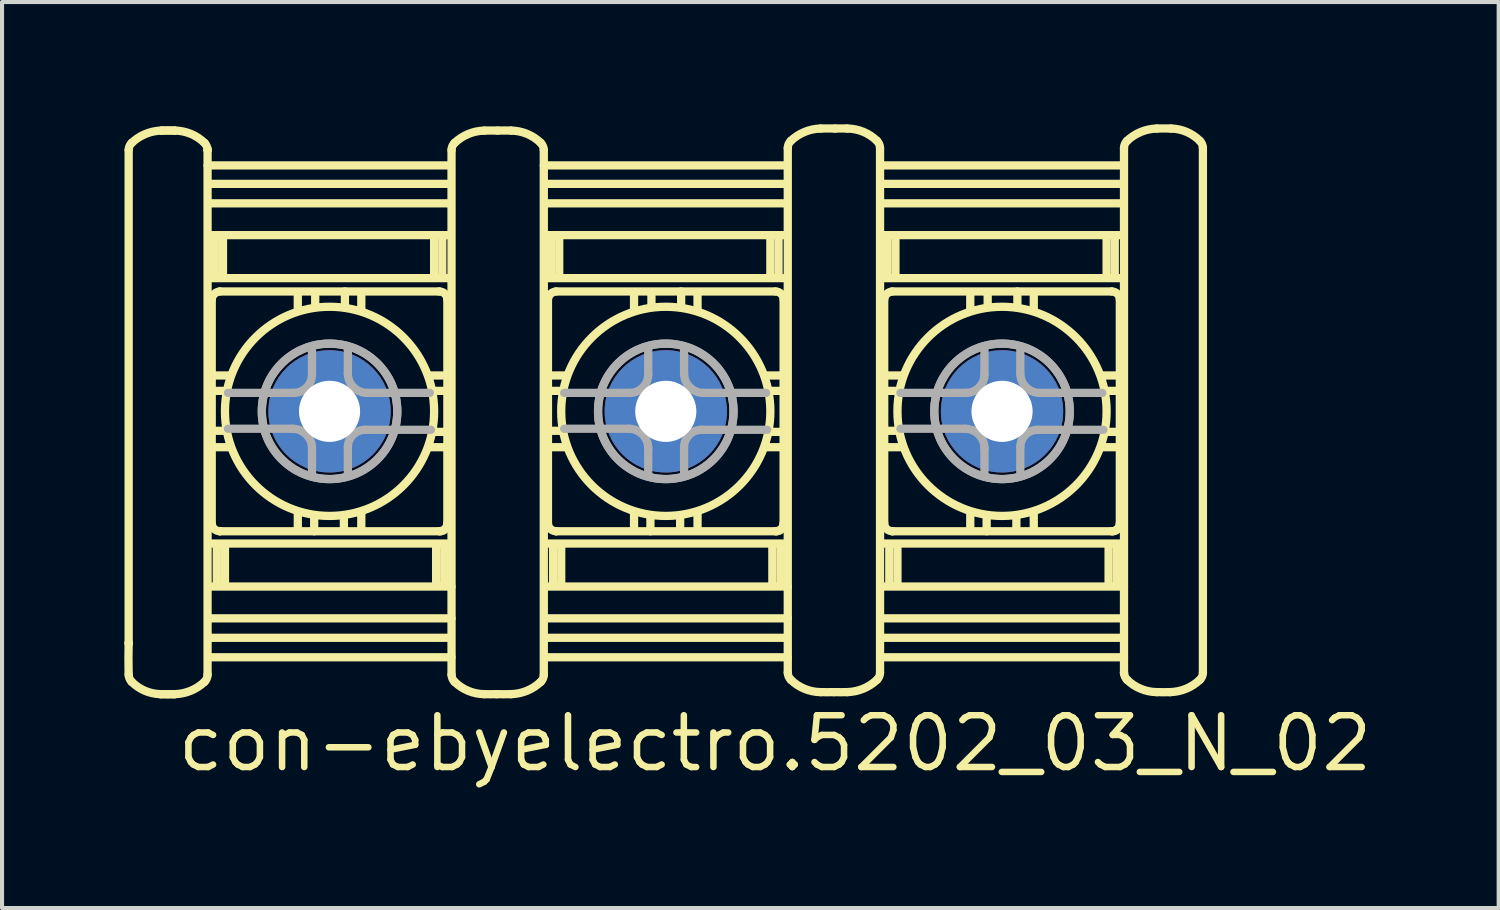
<source format=kicad_pcb>
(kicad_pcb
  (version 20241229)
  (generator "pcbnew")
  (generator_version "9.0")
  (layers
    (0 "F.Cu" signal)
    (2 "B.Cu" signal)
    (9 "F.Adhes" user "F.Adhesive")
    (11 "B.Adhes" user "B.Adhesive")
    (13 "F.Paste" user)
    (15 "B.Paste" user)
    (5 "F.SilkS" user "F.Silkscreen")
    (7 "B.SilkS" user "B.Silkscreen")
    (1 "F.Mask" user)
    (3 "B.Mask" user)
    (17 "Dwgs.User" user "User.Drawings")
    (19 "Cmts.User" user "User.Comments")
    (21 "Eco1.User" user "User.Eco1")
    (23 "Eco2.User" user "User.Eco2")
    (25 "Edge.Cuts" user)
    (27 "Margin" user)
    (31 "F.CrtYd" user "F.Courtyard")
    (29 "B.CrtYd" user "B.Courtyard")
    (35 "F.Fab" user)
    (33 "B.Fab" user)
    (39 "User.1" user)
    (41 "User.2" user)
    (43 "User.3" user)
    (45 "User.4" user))
  (footprint "con-ebyelectro.5202_03_N_02"
    (layer "F.Cu")
    (at 13.286 7.043)
    (property "Reference" "con-ebyelectro.5202_03_N_02" (at -12.06 8.89 0) (layer "F.SilkS") (effects (font (size 1.27 1.27) (thickness 0.16)) (justify left bottom)))
    (attr through_hole)
    (fp_line (start -13.179 -6.411) (end -13.179 5.682) (stroke (width 0.203) (type default)) (layer "F.SilkS"))
    (fp_line (start -13.179 5.682) (end -13.179 5.707) (stroke (width 0.203) (type default)) (layer "F.SilkS"))
    (fp_line (start -11.243 -6.411) (end -11.243 -6.436) (stroke (width 0.203) (type default)) (layer "F.SilkS"))
    (fp_line (start -11.243 6.461) (end -11.243 -6.411) (stroke (width 0.203) (type default)) (layer "F.SilkS"))
    (fp_line (start -11.217 3.243) (end -5.308 3.243) (stroke (width 0.203) (type default)) (layer "F.SilkS"))
    (fp_line (start -11.217 4.299) (end -5.258 4.299) (stroke (width 0.203) (type default)) (layer "F.SilkS"))
    (fp_line (start -11.217 5.079) (end -5.258 5.079) (stroke (width 0.203) (type default)) (layer "F.SilkS"))
    (fp_line (start -11.217 5.556) (end -5.283 5.556) (stroke (width 0.203) (type default)) (layer "F.SilkS"))
    (fp_line (start -11.217 6.034) (end -5.258 6.034) (stroke (width 0.203) (type default)) (layer "F.SilkS"))
    (fp_line (start -11.192 0.88) (end -10.689 0.88) (stroke (width 0.203) (type default)) (layer "F.SilkS"))
    (fp_line (start -11.141 -2.741) (end -11.141 2.74) (stroke (width 0.203) (type default)) (layer "F.SilkS"))
    (fp_line (start -11.116 -0.88) (end -10.689 -0.88) (stroke (width 0.203) (type default)) (layer "F.SilkS"))
    (fp_line (start -11.116 -0.503) (end -10.789 -0.503) (stroke (width 0.203) (type default)) (layer "F.SilkS"))
    (fp_line (start -11.116 0.478) (end -10.789 0.478) (stroke (width 0.203) (type default)) (layer "F.SilkS"))
    (fp_line (start -11.065 -3.319) (end -11.065 -4.299) (stroke (width 0.203) (type default)) (layer "F.SilkS"))
    (fp_line (start -11.016 3.268) (end -11.016 4.274) (stroke (width 0.203) (type default)) (layer "F.SilkS"))
    (fp_line (start -10.94 2.942) (end -10.94 2.942) (stroke (width 0.203) (type default)) (layer "F.SilkS"))
    (fp_line (start -10.94 2.942) (end -5.535 2.942) (stroke (width 0.203) (type default)) (layer "F.SilkS"))
    (fp_line (start -10.865 -3.294) (end -10.865 -4.274) (stroke (width 0.203) (type default)) (layer "F.SilkS"))
    (fp_line (start -10.816 3.293) (end -10.816 4.274) (stroke (width 0.203) (type default)) (layer "F.SilkS"))
    (fp_line (start -9.029 -2.464) (end -9.029 -2.917) (stroke (width 0.203) (type default)) (layer "F.SilkS"))
    (fp_line (start -9.029 2.917) (end -9.029 2.489) (stroke (width 0.203) (type default)) (layer "F.SilkS"))
    (fp_line (start -8.627 2.942) (end -8.627 2.564) (stroke (width 0.203) (type default)) (layer "F.SilkS"))
    (fp_line (start -8.602 -2.564) (end -8.602 -2.917) (stroke (width 0.203) (type default)) (layer "F.SilkS"))
    (fp_line (start -7.898 2.564) (end -7.898 2.917) (stroke (width 0.203) (type default)) (layer "F.SilkS"))
    (fp_line (start -7.873 -2.942) (end -7.873 -2.564) (stroke (width 0.203) (type default)) (layer "F.SilkS"))
    (fp_line (start -7.471 -2.917) (end -7.471 -2.489) (stroke (width 0.203) (type default)) (layer "F.SilkS"))
    (fp_line (start -7.471 2.464) (end -7.471 2.917) (stroke (width 0.203) (type default)) (layer "F.SilkS"))
    (fp_line (start -5.684 -3.319) (end -5.684 -4.274) (stroke (width 0.203) (type default)) (layer "F.SilkS"))
    (fp_line (start -5.635 3.294) (end -5.635 4.274) (stroke (width 0.203) (type default)) (layer "F.SilkS"))
    (fp_line (start -5.561 -2.942) (end -10.942 -2.942) (stroke (width 0.203) (type default)) (layer "F.SilkS"))
    (fp_line (start -5.484 -3.294) (end -5.484 -4.249) (stroke (width 0.203) (type default)) (layer "F.SilkS"))
    (fp_line (start -5.436 3.293) (end -5.436 4.274) (stroke (width 0.203) (type default)) (layer "F.SilkS"))
    (fp_line (start -5.384 -0.88) (end -5.811 -0.88) (stroke (width 0.203) (type default)) (layer "F.SilkS"))
    (fp_line (start -5.384 -0.503) (end -5.686 -0.503) (stroke (width 0.203) (type default)) (layer "F.SilkS"))
    (fp_line (start -5.384 0.503) (end -5.711 0.503) (stroke (width 0.203) (type default)) (layer "F.SilkS"))
    (fp_line (start -5.384 0.88) (end -5.811 0.88) (stroke (width 0.203) (type default)) (layer "F.SilkS"))
    (fp_line (start -5.359 2.766) (end -5.359 -2.74) (stroke (width 0.203) (type default)) (layer "F.SilkS"))
    (fp_line (start -5.307 -5.581) (end -11.215 -5.581) (stroke (width 0.203) (type default)) (layer "F.SilkS"))
    (fp_line (start -5.307 -5.104) (end -11.215 -5.104) (stroke (width 0.203) (type default)) (layer "F.SilkS"))
    (fp_line (start -5.307 -4.324) (end -11.215 -4.324) (stroke (width 0.203) (type default)) (layer "F.SilkS"))
    (fp_line (start -5.307 -3.268) (end -11.165 -3.268) (stroke (width 0.203) (type default)) (layer "F.SilkS"))
    (fp_line (start -5.283 -6.034) (end -11.242 -6.034) (stroke (width 0.203) (type default)) (layer "F.SilkS"))
    (fp_line (start -5.257 -6.411) (end -5.257 6.462) (stroke (width 0.203) (type default)) (layer "F.SilkS"))
    (fp_line (start -2.993 6.461) (end -2.993 -6.411) (stroke (width 0.203) (type default)) (layer "F.SilkS"))
    (fp_line (start -2.967 3.243) (end 2.942 3.243) (stroke (width 0.203) (type default)) (layer "F.SilkS"))
    (fp_line (start -2.967 4.299) (end 2.992 4.299) (stroke (width 0.203) (type default)) (layer "F.SilkS"))
    (fp_line (start -2.967 5.079) (end 2.992 5.079) (stroke (width 0.203) (type default)) (layer "F.SilkS"))
    (fp_line (start -2.967 5.556) (end 2.967 5.556) (stroke (width 0.203) (type default)) (layer "F.SilkS"))
    (fp_line (start -2.967 6.034) (end 2.992 6.034) (stroke (width 0.203) (type default)) (layer "F.SilkS"))
    (fp_line (start -2.942 0.88) (end -2.439 0.88) (stroke (width 0.203) (type default)) (layer "F.SilkS"))
    (fp_line (start -2.891 -2.741) (end -2.891 2.74) (stroke (width 0.203) (type default)) (layer "F.SilkS"))
    (fp_line (start -2.866 -0.88) (end -2.439 -0.88) (stroke (width 0.203) (type default)) (layer "F.SilkS"))
    (fp_line (start -2.866 -0.503) (end -2.539 -0.503) (stroke (width 0.203) (type default)) (layer "F.SilkS"))
    (fp_line (start -2.866 0.478) (end -2.539 0.478) (stroke (width 0.203) (type default)) (layer "F.SilkS"))
    (fp_line (start -2.814 -3.319) (end -2.814 -4.299) (stroke (width 0.203) (type default)) (layer "F.SilkS"))
    (fp_line (start -2.766 3.268) (end -2.766 4.274) (stroke (width 0.203) (type default)) (layer "F.SilkS"))
    (fp_line (start -2.69 2.942) (end -2.69 2.942) (stroke (width 0.203) (type default)) (layer "F.SilkS"))
    (fp_line (start -2.69 2.942) (end 2.715 2.942) (stroke (width 0.203) (type default)) (layer "F.SilkS"))
    (fp_line (start -2.615 -3.294) (end -2.615 -4.274) (stroke (width 0.203) (type default)) (layer "F.SilkS"))
    (fp_line (start -2.566 3.293) (end -2.566 4.274) (stroke (width 0.203) (type default)) (layer "F.SilkS"))
    (fp_line (start -0.779 -2.464) (end -0.779 -2.917) (stroke (width 0.203) (type default)) (layer "F.SilkS"))
    (fp_line (start -0.779 2.917) (end -0.779 2.489) (stroke (width 0.203) (type default)) (layer "F.SilkS"))
    (fp_line (start -0.377 2.942) (end -0.377 2.564) (stroke (width 0.203) (type default)) (layer "F.SilkS"))
    (fp_line (start -0.352 -2.564) (end -0.352 -2.917) (stroke (width 0.203) (type default)) (layer "F.SilkS"))
    (fp_line (start 0.352 2.564) (end 0.352 2.917) (stroke (width 0.203) (type default)) (layer "F.SilkS"))
    (fp_line (start 0.377 -2.942) (end 0.377 -2.564) (stroke (width 0.203) (type default)) (layer "F.SilkS"))
    (fp_line (start 0.779 -2.917) (end 0.779 -2.489) (stroke (width 0.203) (type default)) (layer "F.SilkS"))
    (fp_line (start 0.779 2.464) (end 0.779 2.917) (stroke (width 0.203) (type default)) (layer "F.SilkS"))
    (fp_line (start 2.566 -3.319) (end 2.566 -4.274) (stroke (width 0.203) (type default)) (layer "F.SilkS"))
    (fp_line (start 2.615 3.294) (end 2.615 4.274) (stroke (width 0.203) (type default)) (layer "F.SilkS"))
    (fp_line (start 2.689 -2.942) (end -2.692 -2.942) (stroke (width 0.203) (type default)) (layer "F.SilkS"))
    (fp_line (start 2.766 -3.294) (end 2.766 -4.249) (stroke (width 0.203) (type default)) (layer "F.SilkS"))
    (fp_line (start 2.814 3.293) (end 2.814 4.274) (stroke (width 0.203) (type default)) (layer "F.SilkS"))
    (fp_line (start 2.866 -0.88) (end 2.439 -0.88) (stroke (width 0.203) (type default)) (layer "F.SilkS"))
    (fp_line (start 2.866 -0.503) (end 2.564 -0.503) (stroke (width 0.203) (type default)) (layer "F.SilkS"))
    (fp_line (start 2.866 0.503) (end 2.539 0.503) (stroke (width 0.203) (type default)) (layer "F.SilkS"))
    (fp_line (start 2.866 0.88) (end 2.439 0.88) (stroke (width 0.203) (type default)) (layer "F.SilkS"))
    (fp_line (start 2.891 2.766) (end 2.891 -2.74) (stroke (width 0.203) (type default)) (layer "F.SilkS"))
    (fp_line (start 2.943 -5.581) (end -2.965 -5.581) (stroke (width 0.203) (type default)) (layer "F.SilkS"))
    (fp_line (start 2.943 -5.104) (end -2.965 -5.104) (stroke (width 0.203) (type default)) (layer "F.SilkS"))
    (fp_line (start 2.943 -4.324) (end -2.965 -4.324) (stroke (width 0.203) (type default)) (layer "F.SilkS"))
    (fp_line (start 2.943 -3.268) (end -2.915 -3.268) (stroke (width 0.203) (type default)) (layer "F.SilkS"))
    (fp_line (start 2.967 -6.034) (end -2.992 -6.034) (stroke (width 0.203) (type default)) (layer "F.SilkS"))
    (fp_line (start 2.993 -6.461) (end 2.993 6.411) (stroke (width 0.203) (type default)) (layer "F.SilkS"))
    (fp_line (start 5.257 6.411) (end 5.257 -6.462) (stroke (width 0.203) (type default)) (layer "F.SilkS"))
    (fp_line (start 5.283 3.243) (end 11.192 3.243) (stroke (width 0.203) (type default)) (layer "F.SilkS"))
    (fp_line (start 5.283 4.299) (end 11.242 4.299) (stroke (width 0.203) (type default)) (layer "F.SilkS"))
    (fp_line (start 5.283 5.079) (end 11.242 5.079) (stroke (width 0.203) (type default)) (layer "F.SilkS"))
    (fp_line (start 5.283 5.556) (end 11.217 5.556) (stroke (width 0.203) (type default)) (layer "F.SilkS"))
    (fp_line (start 5.283 6.034) (end 11.242 6.034) (stroke (width 0.203) (type default)) (layer "F.SilkS"))
    (fp_line (start 5.308 0.88) (end 5.811 0.88) (stroke (width 0.203) (type default)) (layer "F.SilkS"))
    (fp_line (start 5.359 -2.741) (end 5.359 2.74) (stroke (width 0.203) (type default)) (layer "F.SilkS"))
    (fp_line (start 5.384 -0.88) (end 5.811 -0.88) (stroke (width 0.203) (type default)) (layer "F.SilkS"))
    (fp_line (start 5.384 -0.503) (end 5.711 -0.503) (stroke (width 0.203) (type default)) (layer "F.SilkS"))
    (fp_line (start 5.384 0.478) (end 5.711 0.478) (stroke (width 0.203) (type default)) (layer "F.SilkS"))
    (fp_line (start 5.436 -3.319) (end 5.436 -4.299) (stroke (width 0.203) (type default)) (layer "F.SilkS"))
    (fp_line (start 5.484 3.268) (end 5.484 4.274) (stroke (width 0.203) (type default)) (layer "F.SilkS"))
    (fp_line (start 5.56 2.942) (end 5.56 2.942) (stroke (width 0.203) (type default)) (layer "F.SilkS"))
    (fp_line (start 5.56 2.942) (end 10.965 2.942) (stroke (width 0.203) (type default)) (layer "F.SilkS"))
    (fp_line (start 5.635 -3.294) (end 5.635 -4.274) (stroke (width 0.203) (type default)) (layer "F.SilkS"))
    (fp_line (start 5.684 3.293) (end 5.684 4.274) (stroke (width 0.203) (type default)) (layer "F.SilkS"))
    (fp_line (start 7.471 -2.464) (end 7.471 -2.917) (stroke (width 0.203) (type default)) (layer "F.SilkS"))
    (fp_line (start 7.471 2.917) (end 7.471 2.489) (stroke (width 0.203) (type default)) (layer "F.SilkS"))
    (fp_line (start 7.873 2.942) (end 7.873 2.564) (stroke (width 0.203) (type default)) (layer "F.SilkS"))
    (fp_line (start 7.898 -2.564) (end 7.898 -2.917) (stroke (width 0.203) (type default)) (layer "F.SilkS"))
    (fp_line (start 8.602 2.564) (end 8.602 2.917) (stroke (width 0.203) (type default)) (layer "F.SilkS"))
    (fp_line (start 8.627 -2.942) (end 8.627 -2.564) (stroke (width 0.203) (type default)) (layer "F.SilkS"))
    (fp_line (start 9.029 -2.917) (end 9.029 -2.489) (stroke (width 0.203) (type default)) (layer "F.SilkS"))
    (fp_line (start 9.029 2.464) (end 9.029 2.917) (stroke (width 0.203) (type default)) (layer "F.SilkS"))
    (fp_line (start 10.816 -3.319) (end 10.816 -4.274) (stroke (width 0.203) (type default)) (layer "F.SilkS"))
    (fp_line (start 10.865 3.294) (end 10.865 4.274) (stroke (width 0.203) (type default)) (layer "F.SilkS"))
    (fp_line (start 10.939 -2.942) (end 5.558 -2.942) (stroke (width 0.203) (type default)) (layer "F.SilkS"))
    (fp_line (start 11.016 -3.294) (end 11.016 -4.249) (stroke (width 0.203) (type default)) (layer "F.SilkS"))
    (fp_line (start 11.065 3.293) (end 11.065 4.274) (stroke (width 0.203) (type default)) (layer "F.SilkS"))
    (fp_line (start 11.116 -0.88) (end 10.689 -0.88) (stroke (width 0.203) (type default)) (layer "F.SilkS"))
    (fp_line (start 11.116 -0.503) (end 10.815 -0.503) (stroke (width 0.203) (type default)) (layer "F.SilkS"))
    (fp_line (start 11.116 0.503) (end 10.789 0.503) (stroke (width 0.203) (type default)) (layer "F.SilkS"))
    (fp_line (start 11.116 0.88) (end 10.689 0.88) (stroke (width 0.203) (type default)) (layer "F.SilkS"))
    (fp_line (start 11.141 2.766) (end 11.141 -2.74) (stroke (width 0.203) (type default)) (layer "F.SilkS"))
    (fp_line (start 11.193 -5.581) (end 5.285 -5.581) (stroke (width 0.203) (type default)) (layer "F.SilkS"))
    (fp_line (start 11.193 -5.104) (end 5.285 -5.104) (stroke (width 0.203) (type default)) (layer "F.SilkS"))
    (fp_line (start 11.193 -4.324) (end 5.285 -4.324) (stroke (width 0.203) (type default)) (layer "F.SilkS"))
    (fp_line (start 11.193 -3.268) (end 5.335 -3.268) (stroke (width 0.203) (type default)) (layer "F.SilkS"))
    (fp_line (start 11.217 -6.034) (end 5.258 -6.034) (stroke (width 0.203) (type default)) (layer "F.SilkS"))
    (fp_line (start 11.243 -6.461) (end 11.243 6.411) (stroke (width 0.203) (type default)) (layer "F.SilkS"))
    (fp_line (start 11.243 6.411) (end 11.243 6.436) (stroke (width 0.203) (type default)) (layer "F.SilkS"))
    (fp_line (start 13.179 6.411) (end 13.179 -6.461) (stroke (width 0.203) (type default)) (layer "F.SilkS"))
    (fp_arc (start -13.1793 -6.4114) (mid -13.15964 -6.507115) (end -13.1038 -6.5873) (stroke (width 0.2032) (type default)) (layer "F.SilkS"))
    (fp_arc (start -13.1793 6.4614) (mid -13.184282 6.0717) (end -13.1793 5.682) (stroke (width 0.2032) (type default)) (layer "F.SilkS"))
    (fp_arc (start -13.1038 -6.5873) (mid -12.767278 -6.805911) (end -12.3747 -6.8891) (stroke (width 0.2032) (type default)) (layer "F.SilkS"))
    (fp_arc (start -13.1038 6.6373) (mid -13.158454 6.556605) (end -13.1793 6.4614) (stroke (width 0.2032) (type default)) (layer "F.SilkS"))
    (fp_arc (start -12.3999 6.9391) (mid -12.780904 6.855963) (end -13.1038 6.6373) (stroke (width 0.2032) (type default)) (layer "F.SilkS"))
    (fp_arc (start -12.3747 -6.8891) (mid -12.21125 -6.891161) (end -12.0478 -6.8891) (stroke (width 0.2032) (type default)) (layer "F.SilkS"))
    (fp_arc (start -12.3747 -6.8891) (mid -12.21125 -6.891161) (end -12.0478 -6.8891) (stroke (width 0.2032) (type default)) (layer "F.SilkS"))
    (fp_arc (start -12.0479 6.9391) (mid -12.2239 6.94132) (end -12.3999 6.9391) (stroke (width 0.2032) (type default)) (layer "F.SilkS"))
    (fp_arc (start -12.0479 6.9391) (mid -12.2239 6.94132) (end -12.3999 6.9391) (stroke (width 0.2032) (type default)) (layer "F.SilkS"))
    (fp_arc (start -12.0478 -6.8891) (mid -11.65425 -6.808371) (end -11.3188 -6.5873) (stroke (width 0.2032) (type default)) (layer "F.SilkS"))
    (fp_arc (start -11.3188 -6.5873) (mid -11.264146 -6.506605) (end -11.2433 -6.4114) (stroke (width 0.2032) (type default)) (layer "F.SilkS"))
    (fp_arc (start -11.3188 6.6373) (mid -11.655328 6.855897) (end -12.0479 6.9391) (stroke (width 0.2032) (type default)) (layer "F.SilkS"))
    (fp_arc (start -11.2433 6.4614) (mid -11.26296 6.557115) (end -11.3188 6.6373) (stroke (width 0.2032) (type default)) (layer "F.SilkS"))
    (fp_arc (start -11.1413 -2.7406) (mid -11.079503 -2.878969) (end -10.9416 -2.9418) (stroke (width 0.2032) (type default)) (layer "F.SilkS"))
    (fp_arc (start -10.9401 2.9416) (mid -11.08237 2.88267) (end -11.1413 2.7404) (stroke (width 0.2032) (type default)) (layer "F.SilkS"))
    (fp_arc (start -5.5599 -2.9417) (mid -5.41763 -2.88277) (end -5.3587 -2.7405) (stroke (width 0.2032) (type default)) (layer "F.SilkS"))
    (fp_arc (start -5.3587 2.7657) (mid -5.41022 2.89008) (end -5.5346 2.9416) (stroke (width 0.2032) (type default)) (layer "F.SilkS"))
    (fp_arc (start -5.3572 2.7406) (mid -5.41613 2.88287) (end -5.5584 2.9418) (stroke (width 0.2032) (type default)) (layer "F.SilkS"))
    (fp_arc (start -5.2567 -6.4111) (mid -5.23704 -6.506815) (end -5.1812 -6.587) (stroke (width 0.2032) (type default)) (layer "F.SilkS"))
    (fp_arc (start -5.1812 -6.587) (mid -4.844672 -6.805597) (end -4.4521 -6.8888) (stroke (width 0.2032) (type default)) (layer "F.SilkS"))
    (fp_arc (start -5.1812 6.6376) (mid -5.235854 6.556905) (end -5.2567 6.4617) (stroke (width 0.2032) (type default)) (layer "F.SilkS"))
    (fp_arc (start -4.4522 6.9394) (mid -4.84575 6.858671) (end -5.1812 6.6376) (stroke (width 0.2032) (type default)) (layer "F.SilkS"))
    (fp_arc (start -4.4521 -6.8888) (mid -4.289401 -6.890883) (end -4.1267 -6.8889) (stroke (width 0.2032) (type default)) (layer "F.SilkS"))
    (fp_arc (start -4.1519 6.9392) (mid -4.302049 6.941177) (end -4.4522 6.9394) (stroke (width 0.2032) (type default)) (layer "F.SilkS"))
    (fp_arc (start -4.1267 -6.8889) (mid -3.962251 -6.891055) (end -3.7978 -6.8891) (stroke (width 0.2032) (type default)) (layer "F.SilkS"))
    (fp_arc (start -3.7979 6.9391) (mid -3.974899 6.941362) (end -4.1519 6.9392) (stroke (width 0.2032) (type default)) (layer "F.SilkS"))
    (fp_arc (start -3.7978 -6.8891) (mid -3.40425 -6.808371) (end -3.0688 -6.5873) (stroke (width 0.2032) (type default)) (layer "F.SilkS"))
    (fp_arc (start -3.0688 -6.5873) (mid -3.014146 -6.506605) (end -2.9933 -6.4114) (stroke (width 0.2032) (type default)) (layer "F.SilkS"))
    (fp_arc (start -3.0688 6.6373) (mid -3.405328 6.855897) (end -3.7979 6.9391) (stroke (width 0.2032) (type default)) (layer "F.SilkS"))
    (fp_arc (start -2.9933 6.4614) (mid -3.01296 6.557115) (end -3.0688 6.6373) (stroke (width 0.2032) (type default)) (layer "F.SilkS"))
    (fp_arc (start -2.8913 -2.7406) (mid -2.829503 -2.878969) (end -2.6916 -2.9418) (stroke (width 0.2032) (type default)) (layer "F.SilkS"))
    (fp_arc (start -2.6901 2.9416) (mid -2.83237 2.88267) (end -2.8913 2.7404) (stroke (width 0.2032) (type default)) (layer "F.SilkS"))
    (fp_arc (start 2.6901 -2.9417) (mid 2.83237 -2.88277) (end 2.8913 -2.7405) (stroke (width 0.2032) (type default)) (layer "F.SilkS"))
    (fp_arc (start 2.8913 2.7657) (mid 2.83978 2.89008) (end 2.7154 2.9416) (stroke (width 0.2032) (type default)) (layer "F.SilkS"))
    (fp_arc (start 2.8928 2.7406) (mid 2.83387 2.88287) (end 2.6916 2.9418) (stroke (width 0.2032) (type default)) (layer "F.SilkS"))
    (fp_arc (start 2.9933 -6.4614) (mid 3.01296 -6.557115) (end 3.0688 -6.6373) (stroke (width 0.2032) (type default)) (layer "F.SilkS"))
    (fp_arc (start 3.0688 -6.6373) (mid 3.405328 -6.855897) (end 3.7979 -6.9391) (stroke (width 0.2032) (type default)) (layer "F.SilkS"))
    (fp_arc (start 3.0688 6.5873) (mid 3.014146 6.506605) (end 2.9933 6.4114) (stroke (width 0.2032) (type default)) (layer "F.SilkS"))
    (fp_arc (start 3.7978 6.8891) (mid 3.40425 6.808371) (end 3.0688 6.5873) (stroke (width 0.2032) (type default)) (layer "F.SilkS"))
    (fp_arc (start 3.7979 -6.9391) (mid 3.974899 -6.941362) (end 4.1519 -6.9392) (stroke (width 0.2032) (type default)) (layer "F.SilkS"))
    (fp_arc (start 4.1267 6.8889) (mid 3.962251 6.891055) (end 3.7978 6.8891) (stroke (width 0.2032) (type default)) (layer "F.SilkS"))
    (fp_arc (start 4.1519 -6.9392) (mid 4.302049 -6.941177) (end 4.4522 -6.9394) (stroke (width 0.2032) (type default)) (layer "F.SilkS"))
    (fp_arc (start 4.4521 6.8888) (mid 4.289401 6.890883) (end 4.1267 6.8889) (stroke (width 0.2032) (type default)) (layer "F.SilkS"))
    (fp_arc (start 4.4522 -6.9394) (mid 4.84575 -6.858671) (end 5.1812 -6.6376) (stroke (width 0.2032) (type default)) (layer "F.SilkS"))
    (fp_arc (start 5.1812 -6.6376) (mid 5.235854 -6.556905) (end 5.2567 -6.4617) (stroke (width 0.2032) (type default)) (layer "F.SilkS"))
    (fp_arc (start 5.1812 6.587) (mid 4.844672 6.805597) (end 4.4521 6.8888) (stroke (width 0.2032) (type default)) (layer "F.SilkS"))
    (fp_arc (start 5.2567 6.4111) (mid 5.23704 6.506815) (end 5.1812 6.587) (stroke (width 0.2032) (type default)) (layer "F.SilkS"))
    (fp_arc (start 5.3587 -2.7406) (mid 5.420497 -2.878969) (end 5.5584 -2.9418) (stroke (width 0.2032) (type default)) (layer "F.SilkS"))
    (fp_arc (start 5.5599 2.9416) (mid 5.41763 2.88267) (end 5.3587 2.7404) (stroke (width 0.2032) (type default)) (layer "F.SilkS"))
    (fp_arc (start 10.9401 -2.9417) (mid 11.08237 -2.88277) (end 11.1413 -2.7405) (stroke (width 0.2032) (type default)) (layer "F.SilkS"))
    (fp_arc (start 11.1413 2.7657) (mid 11.08978 2.89008) (end 10.9654 2.9416) (stroke (width 0.2032) (type default)) (layer "F.SilkS"))
    (fp_arc (start 11.1428 2.7406) (mid 11.08387 2.88287) (end 10.9416 2.9418) (stroke (width 0.2032) (type default)) (layer "F.SilkS"))
    (fp_arc (start 11.2433 -6.4614) (mid 11.26296 -6.557115) (end 11.3188 -6.6373) (stroke (width 0.2032) (type default)) (layer "F.SilkS"))
    (fp_arc (start 11.3188 -6.6373) (mid 11.655328 -6.855897) (end 12.0479 -6.9391) (stroke (width 0.2032) (type default)) (layer "F.SilkS"))
    (fp_arc (start 11.3188 6.5873) (mid 11.264146 6.506605) (end 11.2433 6.4114) (stroke (width 0.2032) (type default)) (layer "F.SilkS"))
    (fp_arc (start 12.0478 6.8891) (mid 11.65425 6.808371) (end 11.3188 6.5873) (stroke (width 0.2032) (type default)) (layer "F.SilkS"))
    (fp_arc (start 12.0479 -6.9391) (mid 12.2239 -6.94132) (end 12.3999 -6.9391) (stroke (width 0.2032) (type default)) (layer "F.SilkS"))
    (fp_arc (start 12.3747 6.8891) (mid 12.21125 6.891161) (end 12.0478 6.8891) (stroke (width 0.2032) (type default)) (layer "F.SilkS"))
    (fp_arc (start 12.3999 -6.9391) (mid 12.780904 -6.855963) (end 13.1038 -6.6373) (stroke (width 0.2032) (type default)) (layer "F.SilkS"))
    (fp_arc (start 13.1038 -6.6373) (mid 13.158454 -6.556605) (end 13.1793 -6.4614) (stroke (width 0.2032) (type default)) (layer "F.SilkS"))
    (fp_arc (start 13.1038 6.5873) (mid 12.767278 6.805911) (end 12.3747 6.8891) (stroke (width 0.2032) (type default)) (layer "F.SilkS"))
    (fp_arc (start 13.1793 6.4114) (mid 13.15964 6.507115) (end 13.1038 6.5873) (stroke (width 0.2032) (type default)) (layer "F.SilkS"))
    (fp_circle (center -8.25 0) (end -5.684 0) (stroke (width 0.203) (type default)) (fill no) (layer "F.SilkS"))
    (fp_circle (center 0 0) (end 2.566 0) (stroke (width 0.203) (type default)) (fill no) (layer "F.SilkS"))
    (fp_circle (center 8.25 0) (end 10.816 0) (stroke (width 0.203) (type default)) (fill no) (layer "F.SilkS"))
    (fp_line (start -10.742 -0.453) (end -9.133 -0.453) (stroke (width 0.203) (type default)) (layer "F.Fab"))
    (fp_line (start -10.742 0.427) (end -9.159 0.427) (stroke (width 0.203) (type default)) (layer "F.Fab"))
    (fp_line (start -8.681 -0.905) (end -8.681 -1.584) (stroke (width 0.203) (type default)) (layer "F.Fab"))
    (fp_line (start -8.681 0.905) (end -8.681 1.559) (stroke (width 0.203) (type default)) (layer "F.Fab"))
    (fp_line (start -7.801 -0.93) (end -7.801 -1.559) (stroke (width 0.203) (type default)) (layer "F.Fab"))
    (fp_line (start -7.801 0.88) (end -7.801 1.559) (stroke (width 0.203) (type default)) (layer "F.Fab"))
    (fp_line (start -5.79 -0.453) (end -7.323 -0.453) (stroke (width 0.203) (type default)) (layer "F.Fab"))
    (fp_line (start -5.764 0.453) (end -7.373 0.453) (stroke (width 0.203) (type default)) (layer "F.Fab"))
    (fp_line (start -2.493 -0.453) (end -0.883 -0.453) (stroke (width 0.203) (type default)) (layer "F.Fab"))
    (fp_line (start -2.493 0.427) (end -0.908 0.427) (stroke (width 0.203) (type default)) (layer "F.Fab"))
    (fp_line (start -0.431 -0.905) (end -0.431 -1.584) (stroke (width 0.203) (type default)) (layer "F.Fab"))
    (fp_line (start -0.431 0.905) (end -0.431 1.559) (stroke (width 0.203) (type default)) (layer "F.Fab"))
    (fp_line (start 0.449 -0.93) (end 0.449 -1.559) (stroke (width 0.203) (type default)) (layer "F.Fab"))
    (fp_line (start 0.449 0.88) (end 0.449 1.559) (stroke (width 0.203) (type default)) (layer "F.Fab"))
    (fp_line (start 2.461 -0.453) (end 0.927 -0.453) (stroke (width 0.203) (type default)) (layer "F.Fab"))
    (fp_line (start 2.486 0.453) (end 0.876 0.453) (stroke (width 0.203) (type default)) (layer "F.Fab"))
    (fp_line (start 5.758 -0.453) (end 7.367 -0.453) (stroke (width 0.203) (type default)) (layer "F.Fab"))
    (fp_line (start 5.758 0.427) (end 7.341 0.427) (stroke (width 0.203) (type default)) (layer "F.Fab"))
    (fp_line (start 7.819 -0.905) (end 7.819 -1.584) (stroke (width 0.203) (type default)) (layer "F.Fab"))
    (fp_line (start 7.819 0.905) (end 7.819 1.559) (stroke (width 0.203) (type default)) (layer "F.Fab"))
    (fp_line (start 8.699 -0.93) (end 8.699 -1.559) (stroke (width 0.203) (type default)) (layer "F.Fab"))
    (fp_line (start 8.699 0.88) (end 8.699 1.559) (stroke (width 0.203) (type default)) (layer "F.Fab"))
    (fp_line (start 10.71 -0.453) (end 9.177 -0.453) (stroke (width 0.203) (type default)) (layer "F.Fab"))
    (fp_line (start 10.736 0.453) (end 9.127 0.453) (stroke (width 0.203) (type default)) (layer "F.Fab"))
    (fp_arc (start -9.1585 0.4274) (mid -8.820715 0.567315) (end -8.6808 0.9051) (stroke (width 0.2032) (type default)) (layer "F.Fab"))
    (fp_arc (start -8.6808 -0.9051) (mid -8.813334 -0.585134) (end -9.1333 -0.4526) (stroke (width 0.2032) (type default)) (layer "F.Fab"))
    (fp_arc (start -7.8009 0.88) (mid -7.675717 0.577783) (end -7.3735 0.4526) (stroke (width 0.2032) (type default)) (layer "F.Fab"))
    (fp_arc (start -7.3232 -0.4526) (mid -7.660985 -0.592515) (end -7.8009 -0.9303) (stroke (width 0.2032) (type default)) (layer "F.Fab"))
    (fp_arc (start -0.9085 0.4274) (mid -0.570715 0.567315) (end -0.4308 0.9051) (stroke (width 0.2032) (type default)) (layer "F.Fab"))
    (fp_arc (start -0.4308 -0.9051) (mid -0.563334 -0.585134) (end -0.8833 -0.4526) (stroke (width 0.2032) (type default)) (layer "F.Fab"))
    (fp_arc (start 0.4491 0.88) (mid 0.574283 0.577783) (end 0.8765 0.4526) (stroke (width 0.2032) (type default)) (layer "F.Fab"))
    (fp_arc (start 0.9268 -0.4526) (mid 0.589015 -0.592515) (end 0.4491 -0.9303) (stroke (width 0.2032) (type default)) (layer "F.Fab"))
    (fp_arc (start 7.3415 0.4274) (mid 7.679285 0.567315) (end 7.8192 0.9051) (stroke (width 0.2032) (type default)) (layer "F.Fab"))
    (fp_arc (start 7.8192 -0.9051) (mid 7.686666 -0.585134) (end 7.3667 -0.4526) (stroke (width 0.2032) (type default)) (layer "F.Fab"))
    (fp_arc (start 8.6991 0.88) (mid 8.824283 0.577783) (end 9.1265 0.4526) (stroke (width 0.2032) (type default)) (layer "F.Fab"))
    (fp_arc (start 9.1768 -0.4526) (mid 8.839015 -0.592515) (end 8.6991 -0.9303) (stroke (width 0.2032) (type default)) (layer "F.Fab"))
    (fp_circle (center -8.25 0) (end -6.588 0) (stroke (width 0.203) (type default)) (fill no) (layer "F.Fab"))
    (fp_circle (center -8.25 0) (end -6.588 0) (stroke (width 0.203) (type default)) (fill no) (layer "F.Fab"))
    (fp_circle (center 0 0) (end 1.662 0) (stroke (width 0.203) (type default)) (fill no) (layer "F.Fab"))
    (fp_circle (center 0 0) (end 1.662 0) (stroke (width 0.203) (type default)) (fill no) (layer "F.Fab"))
    (fp_circle (center 8.25 0) (end 9.912 0) (stroke (width 0.203) (type default)) (fill no) (layer "F.Fab"))
    (fp_circle (center 8.25 0) (end 9.912 0) (stroke (width 0.203) (type default)) (fill no) (layer "F.Fab"))
    (pad "1" thru_hole circle (at -8.25 0) (size 3 3) (drill 1.5) (layers "*.Cu" "*.Mask"))
    (pad "2" thru_hole circle (at 0 0) (size 3 3) (drill 1.5) (layers "*.Cu" "*.Mask"))
    (pad "3" thru_hole circle (at 8.25 0) (size 3 3) (drill 1.5) (layers "*.Cu" "*.Mask")))
  (gr_rect
    (start -3 -3)
    (end 33.722 19.23)
    (stroke (width 0.1) (type default))
    (fill no)
    (layer "Edge.Cuts")))
</source>
